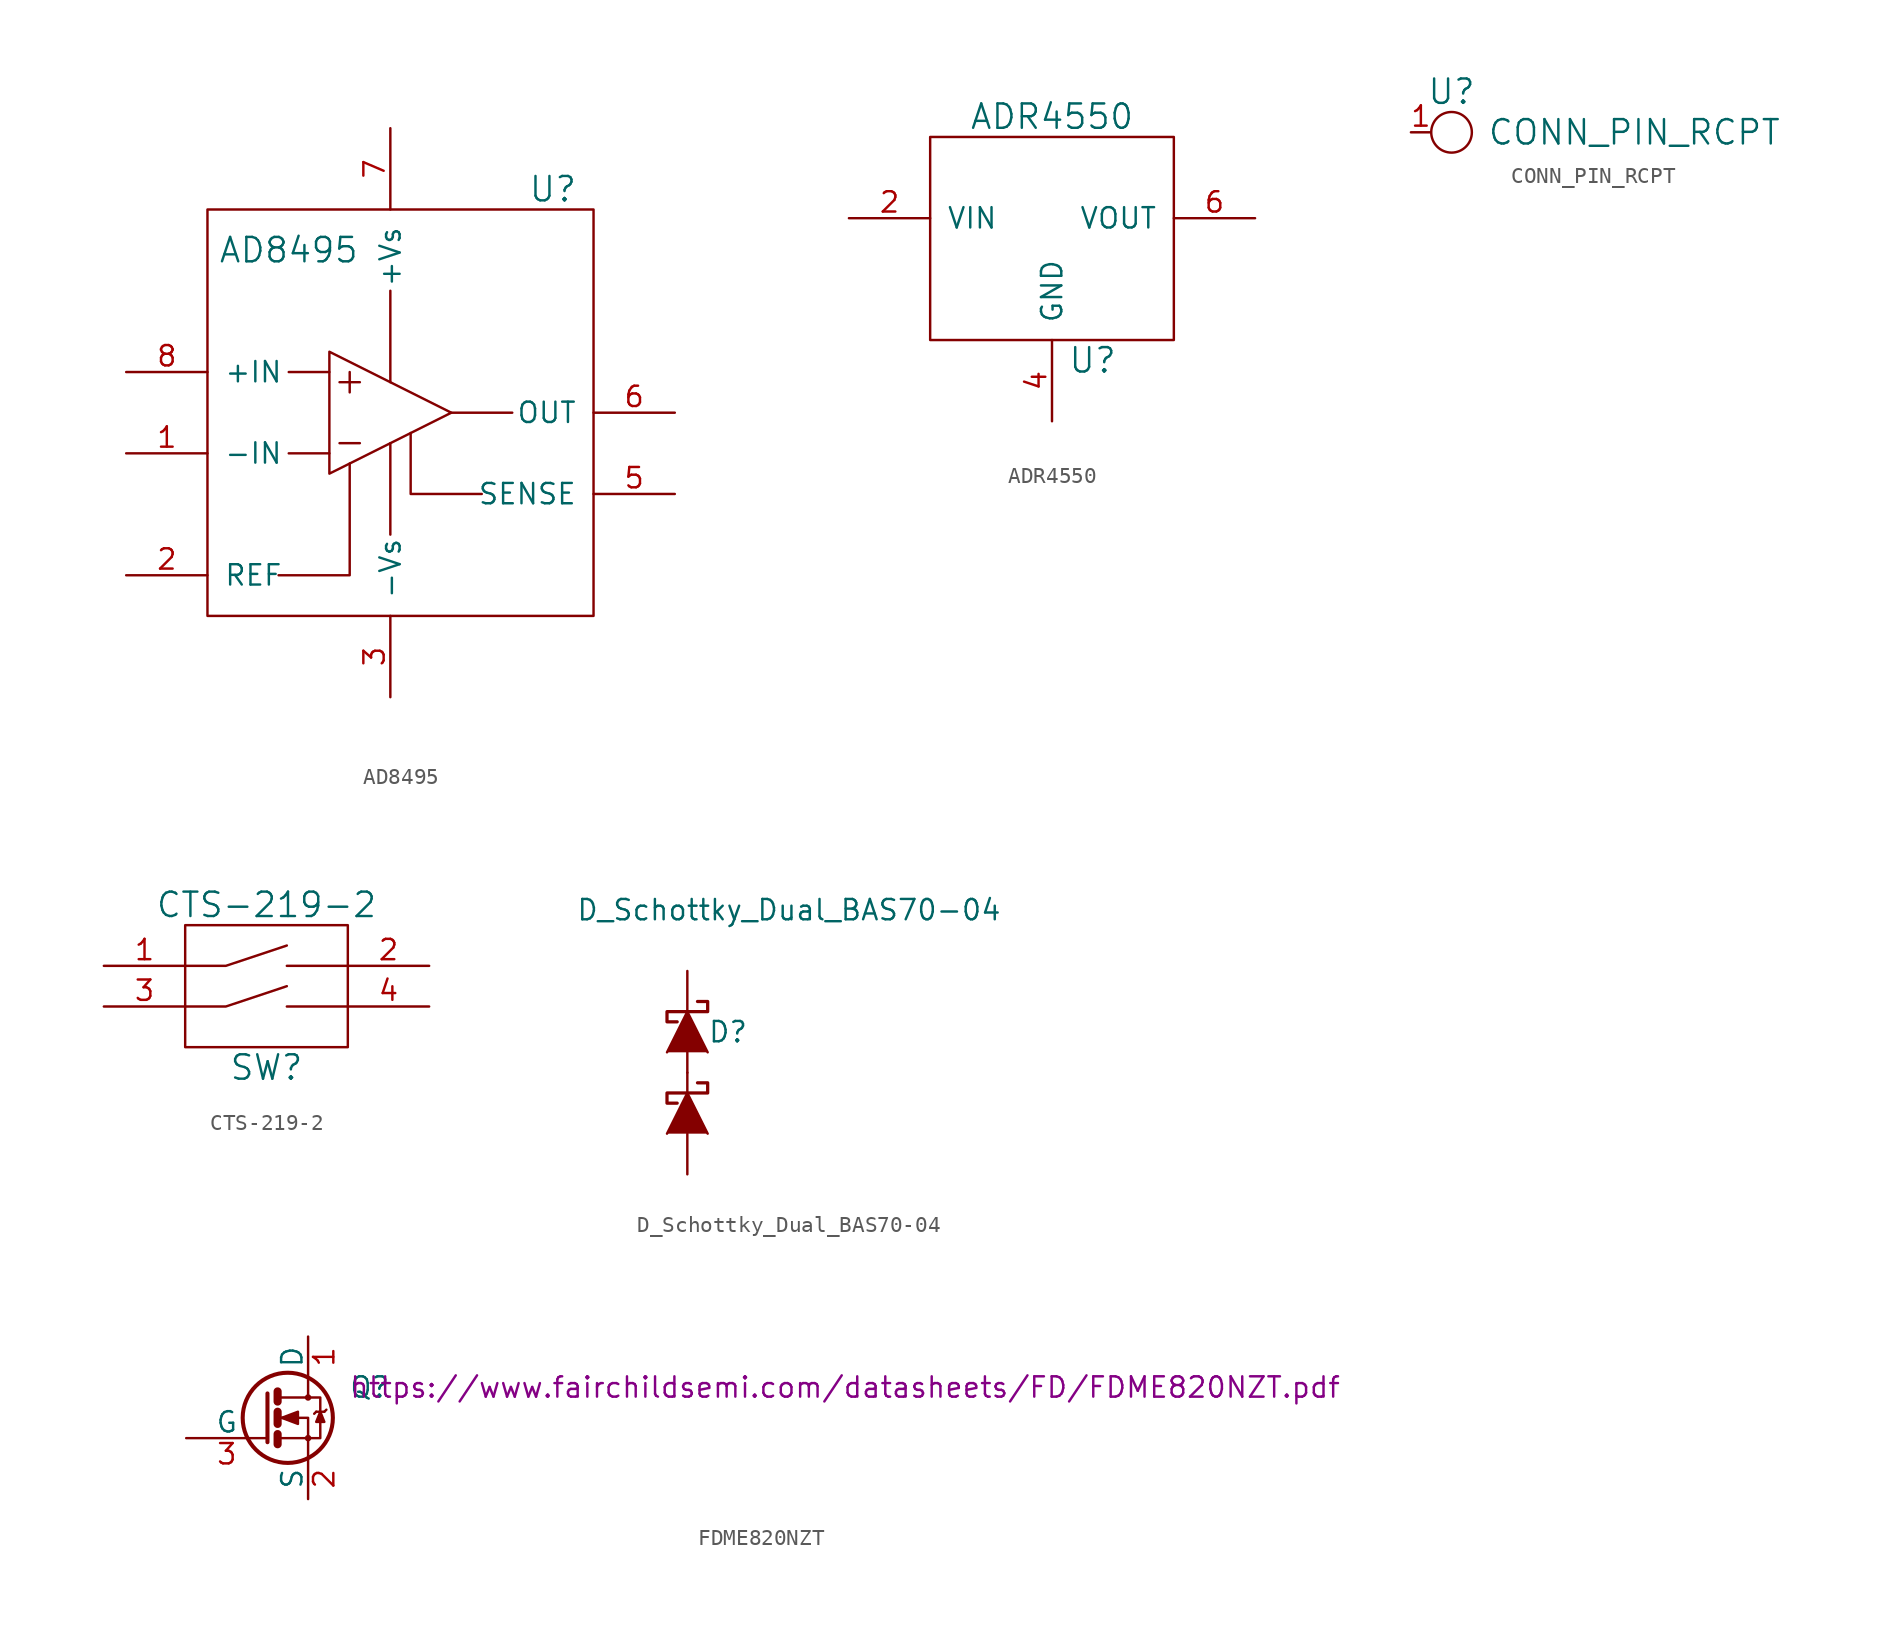
<source format=kicad_sym>
(kicad_symbol_lib
  (version 20211014)
  (generator kicad_symbol_editor)
  (symbol "AD8495"
    (pin_names
      (offset 1.016))
    (property "Reference" "U"
      (at 21.59 26.67 0)
      (effects (font (size 1.524 1.524))))
    (property "Value" "AD8495"
      (at 5.08 22.86 0)
      (effects (font (size 1.524 1.524))))
    (symbol "AD8495_0_1"
      (polyline (pts (xy 7.62 10.16) (xy 5.08 10.16)) (stroke (width 0) (type default) (color 0 0 0 0)) (fill (type none)))
      (polyline (pts (xy 7.62 15.24) (xy 5.08 15.24)) (stroke (width 0) (type default) (color 0 0 0 0)) (fill (type none)))
      (polyline (pts (xy 8.255 14.605) (xy 9.525 14.605)) (stroke (width 0) (type default) (color 0 0 0 0)) (fill (type none)))
      (polyline (pts (xy 8.89 13.97) (xy 8.89 15.24)) (stroke (width 0) (type default) (color 0 0 0 0)) (fill (type none)))
      (polyline (pts (xy 9.525 10.795) (xy 8.255 10.795)) (stroke (width 0) (type default) (color 0 0 0 0)) (fill (type none)))
      (polyline (pts (xy 11.43 10.795) (xy 11.43 5.08)) (stroke (width 0) (type default) (color 0 0 0 0)) (fill (type none)))
      (polyline (pts (xy 11.43 14.605) (xy 11.43 20.32)) (stroke (width 0) (type default) (color 0 0 0 0)) (fill (type none)))
      (polyline (pts (xy 15.24 12.7) (xy 19.05 12.7)) (stroke (width 0) (type default) (color 0 0 0 0)) (fill (type none)))
      (polyline (pts (xy 8.89 9.525) (xy 8.89 2.54) (xy 4.445 2.54)) (stroke (width 0) (type default) (color 0 0 0 0)) (fill (type none)))
      (polyline (pts (xy 12.7 11.43) (xy 12.7 7.62) (xy 17.145 7.62)) (stroke (width 0) (type default) (color 0 0 0 0)) (fill (type none)))
      (polyline (pts (xy 15.24 12.7) (xy 7.62 8.89) (xy 7.62 16.51) (xy 15.24 12.7)) (stroke (width 0) (type default) (color 0 0 0 0)) (fill (type none)))
      (rectangle (start 0 0) (end 24.13 25.4) (stroke (width 0) (type default) (color 0 0 0 0)) (fill (type none))))
    (symbol "AD8495_1_1"
      (pin input line (at -5.08 10.16 0) (length 5.08) (name "-IN" (effects (font (size 1.27 1.27)))) (number "1" (effects (font (size 1.27 1.27)))))
      (pin input line (at -5.08 2.54 0) (length 5.08) (name "REF" (effects (font (size 1.27 1.27)))) (number "2" (effects (font (size 1.27 1.27)))))
      (pin input line (at 11.43 -5.08 90) (length 5.08) (name "-Vs" (effects (font (size 1.27 1.27)))) (number "3" (effects (font (size 1.27 1.27)))))
      (pin no_connect line (at 16.51 -3.81 90) (length 5.08) hide (name "NC" (effects (font (size 1.27 1.27)))) (number "4" (effects (font (size 1.27 1.27)))))
      (pin input line (at 29.21 7.62 180) (length 5.08) (name "SENSE" (effects (font (size 1.27 1.27)))) (number "5" (effects (font (size 1.27 1.27)))))
      (pin input line (at 29.21 12.7 180) (length 5.08) (name "OUT" (effects (font (size 1.27 1.27)))) (number "6" (effects (font (size 1.27 1.27)))))
      (pin input line (at 11.43 30.48 270) (length 5.08) (name "+Vs" (effects (font (size 1.27 1.27)))) (number "7" (effects (font (size 1.27 1.27)))))
      (pin input line (at -5.08 15.24 0) (length 5.08) (name "+IN" (effects (font (size 1.27 1.27)))) (number "8" (effects (font (size 1.27 1.27)))))))
  (symbol "ADR4550"
    (pin_names
      (offset 1.016))
    (property "Reference" "U"
      (at 2.54 -1.27 0)
      (effects (font (size 1.524 1.524))))
    (property "Value" "ADR4550"
      (at 0 13.97 0)
      (effects (font (size 1.524 1.524))))
    (symbol "ADR4550_0_1"
      (rectangle (start -7.62 12.7) (end 7.62 0) (stroke (width 0) (type default) (color 0 0 0 0)) (fill (type none))))
    (symbol "ADR4550_1_1"
      (pin no_connect line (at 2.54 3.81 180) (length 5.08) hide (name "NC" (effects (font (size 1.27 1.27)))) (number "1" (effects (font (size 1.27 1.27)))))
      (pin power_in line (at -12.7 7.62 0) (length 5.08) (name "VIN" (effects (font (size 1.27 1.27)))) (number "2" (effects (font (size 1.27 1.27)))))
      (pin no_connect line (at 2.54 5.08 180) (length 5.08) hide (name "NC" (effects (font (size 1.27 1.27)))) (number "3" (effects (font (size 1.27 1.27)))))
      (pin power_in line (at 0 -5.08 90) (length 5.08) (name "GND" (effects (font (size 1.27 1.27)))) (number "4" (effects (font (size 1.27 1.27)))))
      (pin no_connect line (at 2.54 6.35 180) (length 5.08) hide (name "NC" (effects (font (size 1.27 1.27)))) (number "5" (effects (font (size 1.27 1.27)))))
      (pin power_out line (at 12.7 7.62 180) (length 5.08) (name "VOUT" (effects (font (size 1.27 1.27)))) (number "6" (effects (font (size 1.27 1.27)))))
      (pin no_connect line (at 2.54 7.62 180) (length 5.08) hide (name "NC" (effects (font (size 1.27 1.27)))) (number "7" (effects (font (size 1.27 1.27)))))
      (pin no_connect line (at 2.54 10.16 180) (length 5.08) hide (name "TP" (effects (font (size 1.27 1.27)))) (number "8" (effects (font (size 1.27 1.27)))))))
  (symbol "CONN_PIN_RCPT"
    (pin_names
      (offset 1.016))
    (property "Reference" "U"
      (at 1.27 3.81 0)
      (effects (font (size 1.524 1.524))))
    (property "Value" "CONN_PIN_RCPT"
      (at 12.7 1.27 0)
      (effects (font (size 1.524 1.524))))
    (symbol "CONN_PIN_RCPT_0_1"
      (circle (center 1.27 1.27) (radius 1.27) (stroke (width 0) (type default) (color 0 0 0 0)) (fill (type none))))
    (symbol "CONN_PIN_RCPT_1_1"
      (pin passive line (at -1.27 1.27 0) (length 1.245) (name "~" (effects (font (size 1.27 1.27)))) (number "1" (effects (font (size 1.27 1.27)))))))
  (symbol "CTS-219-2"
    (pin_names
      (offset 1.016))
    (property "Reference" "SW"
      (at 0 -5.08 0)
      (effects (font (size 1.524 1.524))))
    (property "Value" "CTS-219-2"
      (at 0 5.08 0)
      (effects (font (size 1.524 1.524))))
    (symbol "CTS-219-2_0_1"
      (rectangle (start -5.08 3.81) (end 5.08 -3.81) (stroke (width 0) (type default) (color 0 0 0 0)) (fill (type none)))
      (polyline (pts (xy 1.27 -1.27) (xy 5.08 -1.27)) (stroke (width 0) (type default) (color 0 0 0 0)) (fill (type none)))
      (polyline (pts (xy 5.08 1.27) (xy 1.27 1.27)) (stroke (width 0) (type default) (color 0 0 0 0)) (fill (type none)))
      (polyline (pts (xy -5.08 -1.27) (xy -2.54 -1.27) (xy 1.27 0)) (stroke (width 0) (type default) (color 0 0 0 0)) (fill (type none)))
      (polyline (pts (xy -5.08 1.27) (xy -2.54 1.27) (xy 1.27 2.54)) (stroke (width 0) (type default) (color 0 0 0 0)) (fill (type none))))
    (symbol "CTS-219-2_1_1"
      (pin bidirectional line (at -10.16 1.27 0) (length 5.08) (name "~" (effects (font (size 1.27 1.27)))) (number "1" (effects (font (size 1.27 1.27)))))
      (pin bidirectional line (at 10.16 1.27 180) (length 5.08) (name "~" (effects (font (size 1.27 1.27)))) (number "2" (effects (font (size 1.27 1.27)))))
      (pin bidirectional line (at -10.16 -1.27 0) (length 5.08) (name "~" (effects (font (size 1.27 1.27)))) (number "3" (effects (font (size 1.27 1.27)))))
      (pin bidirectional line (at 10.16 -1.27 180) (length 5.08) (name "~" (effects (font (size 1.27 1.27)))) (number "4" (effects (font (size 1.27 1.27)))))))
  (symbol "D_Schottky_Dual_BAS70-04"
    (pin_numbers hide)
    (pin_names
      (offset 1.016) hide)
    (property "Reference" "D"
      (at 2.54 2.54 0)
      (effects (font (size 1.27 1.27))))
    (property "Value" "D_Schottky_Dual_BAS70-04"
      (at 6.35 10.16 0)
      (effects (font (size 1.27 1.27))))
    (property "Footprint" ""
      (at 7.62 3.81 90)
      (effects (font (size 1.27 1.27))))
    (property "Datasheet" ""
      (at 0 5.08 90)
      (effects (font (size 1.27 1.27))))
    (symbol "D_Schottky_Dual_BAS70-04_0_1"
      (rectangle (start 0 0) (end 0 -1.27) (stroke (width 0) (type default) (color 0 0 0 0)) (fill (type none)))
      (polyline (pts (xy 1.27 -3.81) (xy 0 -1.27) (xy -1.27 -3.81)) (stroke (width 0) (type default) (color 0 0 0 0)) (fill (type outline)))
      (polyline (pts (xy 1.27 1.27) (xy 0 3.81) (xy -1.27 1.27)) (stroke (width 0) (type default) (color 0 0 0 0)) (fill (type outline)))
      (polyline (pts (xy 0.635 -0.635) (xy 1.27 -0.635) (xy 1.27 -1.27) (xy -1.27 -1.27) (xy -1.27 -1.905) (xy -0.635 -1.905)) (stroke (width 0.203) (type default) (color 0 0 0 0)) (fill (type none)))
      (polyline (pts (xy 0.635 4.445) (xy 1.27 4.445) (xy 1.27 3.81) (xy -1.27 3.81) (xy -1.27 3.175) (xy -0.635 3.175)) (stroke (width 0.203) (type default) (color 0 0 0 0)) (fill (type none))))
    (symbol "D_Schottky_Dual_BAS70-04_1_1"
      (pin passive line (at 0 -6.35 90) (length 2.54) (name "A" (effects (font (size 1.27 1.27)))) (number "A1" (effects (font (size 1.27 1.27)))))
      (pin passive line (at 0 0 90) (length 1.27) (name "A" (effects (font (size 1.27 1.27)))) (number "COM" (effects (font (size 1.27 1.27)))))
      (pin passive line (at 0 6.35 270) (length 2.54) (name "K" (effects (font (size 1.27 1.27)))) (number "K2" (effects (font (size 1.27 1.27)))))))
  (symbol "FDME820NZT"
    (pin_names
      (offset 0))
    (property "Reference" "Q"
      (at 5.08 1.905 0)
      (effects (font (size 1.27 1.27)) (justify left)))
    (property "Datasheet" "https://www.fairchildsemi.com/datasheets/FD/FDME820NZT.pdf"
      (at 5.08 1.905 0)
      (effects (font (size 1.27 1.27)) (justify left)))
    (symbol "FDME820NZT_0_1"
      (polyline (pts (xy 0.635 -1.016) (xy 0.635 -1.651)) (stroke (width 0.508) (type default) (color 0 0 0 0)) (fill (type none)))
      (polyline (pts (xy 0.635 0.381) (xy 0.635 -0.381)) (stroke (width 0.508) (type default) (color 0 0 0 0)) (fill (type none)))
      (polyline (pts (xy 0.635 1.651) (xy 0.635 1.016)) (stroke (width 0.508) (type default) (color 0 0 0 0)) (fill (type none)))
      (polyline (pts (xy 3.048 0.381) (xy 2.921 0.254)) (stroke (width 0) (type default) (color 0 0 0 0)) (fill (type none)))
      (polyline (pts (xy 3.048 0.381) (xy 3.556 0.381)) (stroke (width 0) (type default) (color 0 0 0 0)) (fill (type none)))
      (polyline (pts (xy 3.556 0.381) (xy 3.683 0.508)) (stroke (width 0) (type default) (color 0 0 0 0)) (fill (type none)))
      (polyline (pts (xy 0 1.524) (xy 0 -1.524) (xy 0 -1.524)) (stroke (width 0.254) (type default) (color 0 0 0 0)) (fill (type none)))
      (polyline (pts (xy 0.762 -1.27) (xy 2.54 -1.27) (xy 2.54 -2.54) (xy 2.54 -2.54)) (stroke (width 0) (type default) (color 0 0 0 0)) (fill (type none)))
      (polyline (pts (xy 0.762 1.27) (xy 2.54 1.27) (xy 2.54 2.54) (xy 2.54 2.54)) (stroke (width 0) (type default) (color 0 0 0 0)) (fill (type none)))
      (polyline (pts (xy 2.54 1.27) (xy 3.302 1.27) (xy 3.302 -1.27) (xy 2.54 -1.27)) (stroke (width 0) (type default) (color 0 0 0 0)) (fill (type none)))
      (polyline (pts (xy 3.302 0.381) (xy 3.048 -0.254) (xy 3.556 -0.254) (xy 3.302 0.381)) (stroke (width 0) (type default) (color 0 0 0 0)) (fill (type outline)))
      (polyline (pts (xy 0.762 0) (xy 1.27 0) (xy 2.54 0) (xy 2.54 -1.27) (xy 2.54 -1.27)) (stroke (width 0) (type default) (color 0 0 0 0)) (fill (type none)))
      (polyline (pts (xy 0.889 0) (xy 1.905 0.381) (xy 1.905 -0.381) (xy 0.889 0) (xy 1.016 0) (xy 1.016 0)) (stroke (width 0) (type default) (color 0 0 0 0)) (fill (type outline)))
      (circle (center 1.27 0) (radius 2.819) (stroke (width 0.254) (type default) (color 0 0 0 0)) (fill (type none)))
      (circle (center 2.54 -1.27) (radius 0.127) (stroke (width 0) (type default) (color 0 0 0 0)) (fill (type none)))
      (circle (center 2.54 1.27) (radius 0.127) (stroke (width 0) (type default) (color 0 0 0 0)) (fill (type none))))
    (symbol "FDME820NZT_1_1"
      (pin passive line (at 2.54 5.08 270) (length 2.54) (name "D" (effects (font (size 1.27 1.27)))) (number "1" (effects (font (size 1.27 1.27)))))
      (pin passive line (at 2.54 -5.08 90) (length 2.54) (name "S" (effects (font (size 1.27 1.27)))) (number "2" (effects (font (size 1.27 1.27)))))
      (pin passive line (at -5.08 -1.27 0) (length 5.08) (name "G" (effects (font (size 1.27 1.27)))) (number "3" (effects (font (size 1.27 1.27))))))))
</source>
